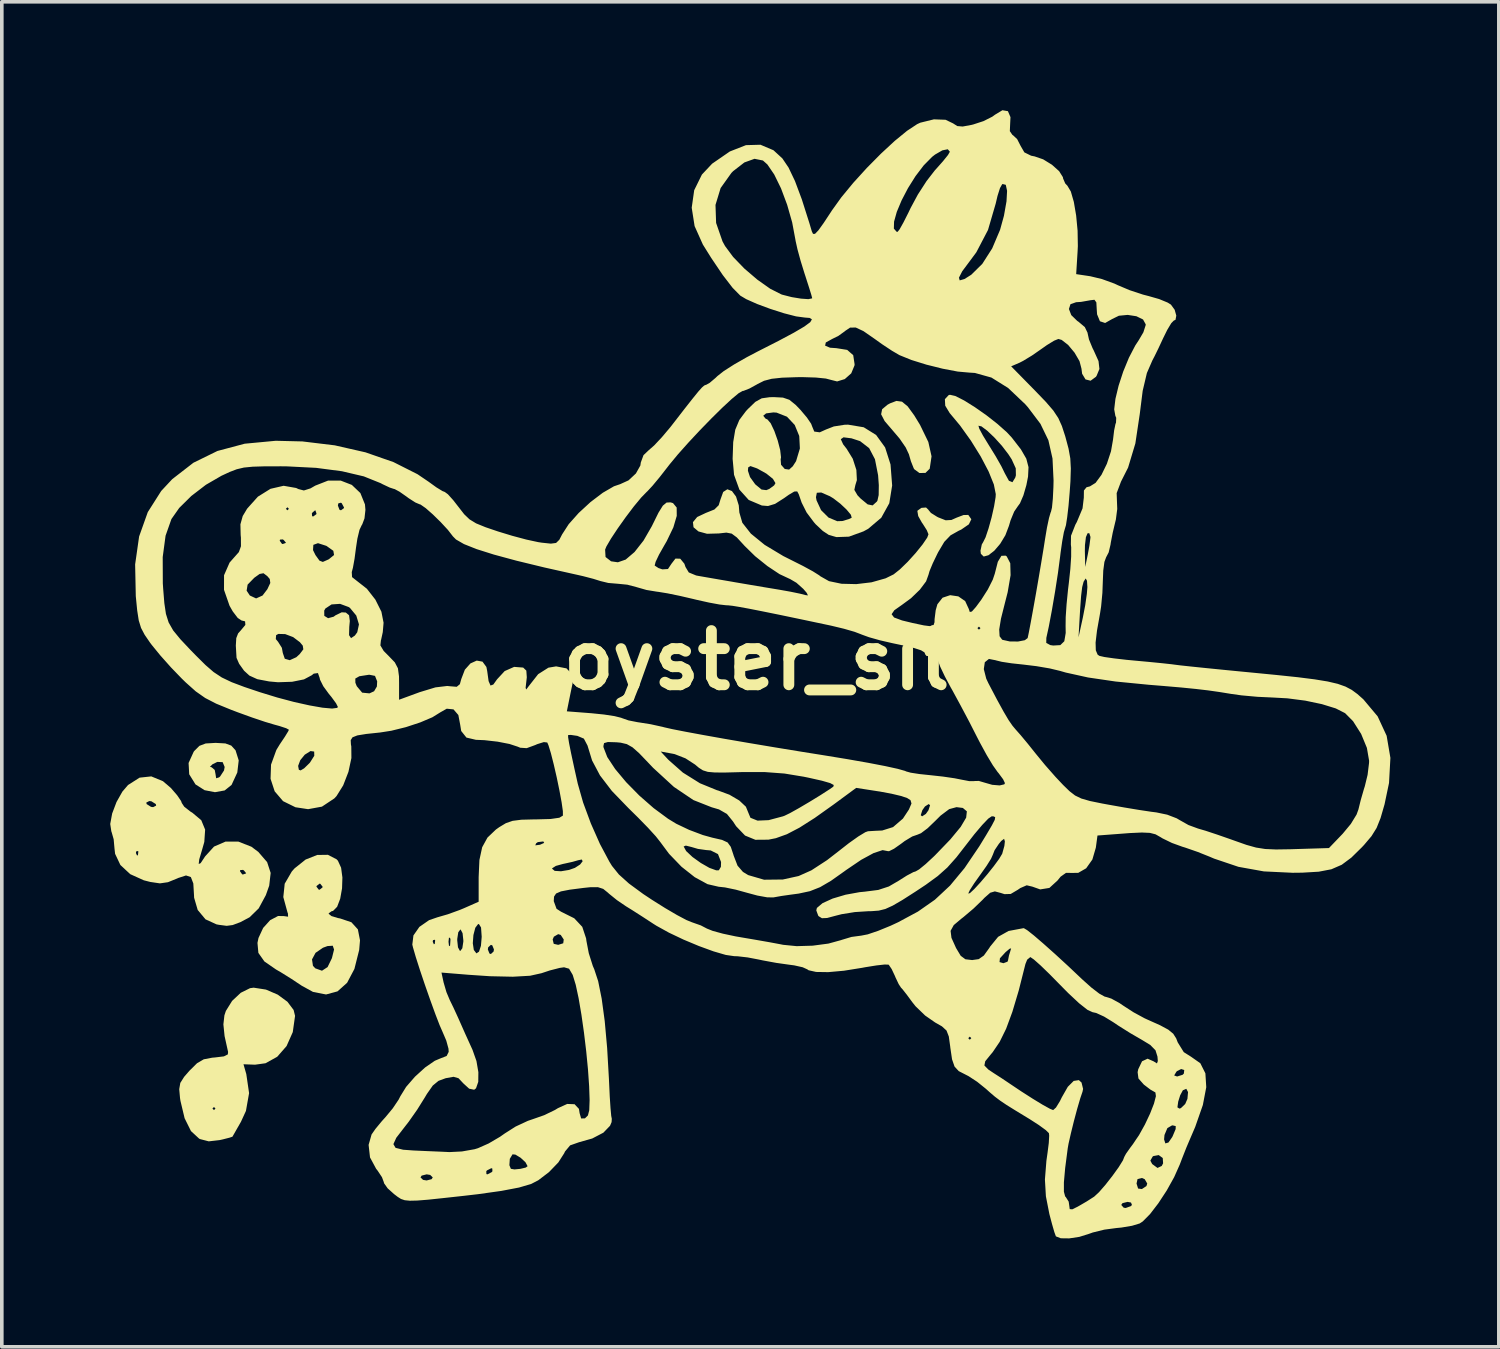
<source format=kicad_pcb>
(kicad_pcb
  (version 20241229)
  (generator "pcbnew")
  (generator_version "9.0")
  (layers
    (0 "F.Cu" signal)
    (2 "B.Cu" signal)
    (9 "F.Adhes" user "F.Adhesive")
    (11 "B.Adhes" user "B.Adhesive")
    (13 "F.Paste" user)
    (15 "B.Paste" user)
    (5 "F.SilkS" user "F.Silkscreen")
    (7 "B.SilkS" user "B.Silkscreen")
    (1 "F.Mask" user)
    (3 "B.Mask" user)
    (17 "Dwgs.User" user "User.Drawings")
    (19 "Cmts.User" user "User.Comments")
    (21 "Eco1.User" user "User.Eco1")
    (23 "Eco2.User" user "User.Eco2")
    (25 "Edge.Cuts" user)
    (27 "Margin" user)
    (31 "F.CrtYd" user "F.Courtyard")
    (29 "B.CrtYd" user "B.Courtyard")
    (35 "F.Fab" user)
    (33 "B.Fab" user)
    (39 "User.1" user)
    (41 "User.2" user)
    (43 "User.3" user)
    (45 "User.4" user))
  (footprint "oyster_silk"
    (layer "F.Cu")
    (at 18.491 15.219)
    (property "Reference" "oyster_silk" (at 0 0 0) (layer "F.SilkS") (effects (font (size 1.5 1.5) (thickness 0.3))))
    (attr board_only exclude_from_pos_files exclude_from_bom)
    (fp_poly (pts (xy 3.416 -7.155) (xy 3.572 -7.027) (xy 3.755 -6.776) (xy 3.916 -6.512) (xy 4.145 -6.04) (xy 4.234 -5.643) (xy 4.184 -5.305) (xy 4.182 -5.299) (xy 4.066 -5.184) (xy 3.899 -5.181) (xy 3.756 -5.286) (xy 3.74 -5.313) (xy 3.663 -5.507) (xy 3.607 -5.701) (xy 3.519 -5.888) (xy 3.349 -6.135) (xy 3.162 -6.355) (xy 2.936 -6.619) (xy 2.839 -6.806) (xy 2.867 -6.947) (xy 3.018 -7.072) (xy 3.086 -7.109) (xy 3.262 -7.176)) (stroke (width 0) (type solid)) (fill yes) (layer "F.SilkS"))
    (fp_poly (pts (xy -15.305 2.301) (xy -15.142 2.361) (xy -15.027 2.488) (xy -15.023 2.494) (xy -14.936 2.771) (xy -14.975 3.105) (xy -15.134 3.449) (xy -15.134 3.449) (xy -15.325 3.602) (xy -15.593 3.65) (xy -15.88 3.595) (xy -16.13 3.436) (xy -16.133 3.433) (xy -16.306 3.154) (xy -16.317 2.947) (xy -15.732 2.947) (xy -15.684 2.962) (xy -15.6 3.034) (xy -15.579 3.143) (xy -15.56 3.265) (xy -15.481 3.241) (xy -15.452 3.217) (xy -15.343 3.05) (xy -15.325 2.953) (xy -15.38 2.819) (xy -15.528 2.812) (xy -15.663 2.879) (xy -15.732 2.947) (xy -16.317 2.947) (xy -16.323 2.842) (xy -16.182 2.531) (xy -16.165 2.509) (xy -16.024 2.368) (xy -15.85 2.302) (xy -15.575 2.286) (xy -15.574 2.286)) (stroke (width 0) (type solid)) (fill yes) (layer "F.SilkS"))
    (fp_poly (pts (xy -14.182 9.112) (xy -13.858 9.251) (xy -13.589 9.448) (xy -13.417 9.676) (xy -13.377 9.839) (xy -13.44 10.288) (xy -13.612 10.675) (xy -13.871 10.971) (xy -14.194 11.15) (xy -14.484 11.19) (xy -14.804 11.178) (xy -14.726 11.451) (xy -14.649 11.977) (xy -14.736 12.469) (xy -14.874 12.77) (xy -15.001 12.992) (xy -15.087 13.143) (xy -15.109 13.182) (xy -15.189 13.209) (xy -15.377 13.257) (xy -15.462 13.276) (xy -15.765 13.311) (xy -16.004 13.249) (xy -16.031 13.236) (xy -16.257 13.027) (xy -16.433 12.672) (xy -16.497 12.404) (xy -15.663 12.404) (xy -15.621 12.446) (xy -15.579 12.404) (xy -15.621 12.361) (xy -15.663 12.404) (xy -16.497 12.404) (xy -16.548 12.19) (xy -16.56 12.113) (xy -16.582 11.867) (xy -16.552 11.694) (xy -16.446 11.526) (xy -16.302 11.36) (xy -16.09 11.15) (xy -15.903 11.041) (xy -15.668 10.996) (xy -15.594 10.99) (xy -15.346 10.96) (xy -15.237 10.905) (xy -15.23 10.837) (xy -15.327 10.399) (xy -15.36 10.075) (xy -15.332 9.825) (xy -15.291 9.702) (xy -15.119 9.425) (xy -14.879 9.2) (xy -14.623 9.073) (xy -14.522 9.059)) (stroke (width 0) (type solid)) (fill yes) (layer "F.SilkS"))
    (fp_poly (pts (xy 4.892 -7.312) (xy 5.133 -7.19) (xy 5.431 -7.004) (xy 5.751 -6.78) (xy 6.057 -6.54) (xy 6.316 -6.31) (xy 6.453 -6.163) (xy 6.707 -5.835) (xy 6.856 -5.578) (xy 6.917 -5.343) (xy 6.904 -5.081) (xy 6.858 -4.847) (xy 6.776 -4.564) (xy 6.681 -4.343) (xy 6.616 -4.254) (xy 6.52 -4.113) (xy 6.421 -3.873) (xy 6.376 -3.721) (xy 6.277 -3.46) (xy 6.133 -3.222) (xy 5.969 -3.03) (xy 5.808 -2.906) (xy 5.677 -2.87) (xy 5.599 -2.944) (xy 5.588 -3.031) (xy 5.625 -3.206) (xy 5.66 -3.264) (xy 5.728 -3.4) (xy 5.811 -3.648) (xy 5.895 -3.952) (xy 5.964 -4.258) (xy 6.006 -4.511) (xy 6.011 -4.597) (xy 5.958 -4.864) (xy 5.813 -5.223) (xy 5.595 -5.638) (xy 5.324 -6.075) (xy 5.027 -6.49) (xy 5.531 -6.49) (xy 5.555 -6.407) (xy 5.654 -6.222) (xy 5.806 -5.973) (xy 5.824 -5.944) (xy 6.008 -5.646) (xy 6.167 -5.366) (xy 6.262 -5.172) (xy 6.375 -4.966) (xy 6.472 -4.927) (xy 6.551 -5.056) (xy 6.568 -5.117) (xy 6.564 -5.312) (xy 6.451 -5.56) (xy 6.36 -5.7) (xy 6.179 -5.936) (xy 5.972 -6.164) (xy 5.773 -6.353) (xy 5.614 -6.472) (xy 5.531 -6.49) (xy 5.027 -6.49) (xy 5.02 -6.499) (xy 4.736 -6.84) (xy 4.613 -7.043) (xy 4.603 -7.224) (xy 4.707 -7.336) (xy 4.743 -7.346)) (stroke (width 0) (type solid)) (fill yes) (layer "F.SilkS"))
    (fp_poly (pts (xy -12.228 5.507) (xy -12.191 5.547) (xy -12.103 5.74) (xy -12.067 6.011) (xy -12.077 6.312) (xy -12.128 6.598) (xy -12.213 6.821) (xy -12.327 6.936) (xy -12.364 6.943) (xy -12.444 7) (xy -12.446 7.017) (xy -12.372 7.077) (xy -12.187 7.133) (xy -12.129 7.144) (xy -11.818 7.249) (xy -11.639 7.446) (xy -11.58 7.748) (xy -11.603 8.017) (xy -11.735 8.541) (xy -11.937 8.924) (xy -12.202 9.161) (xy -12.519 9.247) (xy -12.881 9.176) (xy -13.189 9.007) (xy -13.48 8.814) (xy -13.775 8.63) (xy -13.905 8.555) (xy -14.226 8.333) (xy -14.265 8.277) (xy -12.908 8.277) (xy -12.882 8.454) (xy -12.817 8.524) (xy -12.632 8.59) (xy -12.477 8.489) (xy -12.357 8.242) (xy -12.298 8.004) (xy -12.334 7.898) (xy -12.48 7.908) (xy -12.605 7.954) (xy -12.81 8.095) (xy -12.908 8.277) (xy -14.265 8.277) (xy -14.392 8.097) (xy -14.417 7.82) (xy -14.389 7.684) (xy -14.26 7.406) (xy -14.066 7.191) (xy -13.848 7.076) (xy -13.69 7.078) (xy -13.57 7.095) (xy -13.574 7.007) (xy -13.587 6.974) (xy -13.702 6.552) (xy -13.672 6.265) (xy -12.785 6.265) (xy -12.72 6.348) (xy -12.7 6.35) (xy -12.618 6.286) (xy -12.615 6.265) (xy -12.68 6.183) (xy -12.7 6.181) (xy -12.782 6.245) (xy -12.785 6.265) (xy -13.672 6.265) (xy -13.664 6.183) (xy -13.467 5.844) (xy -13.391 5.758) (xy -13.085 5.514) (xy -12.766 5.387) (xy -12.468 5.383)) (stroke (width 0) (type solid)) (fill yes) (layer "F.SilkS"))
    (fp_poly (pts (xy -17.032 3.346) (xy -16.812 3.535) (xy -16.64 3.734) (xy -16.531 3.894) (xy -16.511 3.95) (xy -16.444 4.051) (xy -16.277 4.183) (xy -16.216 4.221) (xy -15.972 4.426) (xy -15.865 4.686) (xy -15.888 5.026) (xy -15.945 5.228) (xy -16.028 5.508) (xy -16.043 5.637) (xy -15.99 5.614) (xy -15.872 5.436) (xy -15.866 5.427) (xy -15.619 5.155) (xy -15.3 5.017) (xy -14.944 5.018) (xy -14.585 5.159) (xy -14.394 5.302) (xy -14.15 5.585) (xy -14.052 5.884) (xy -14.092 6.235) (xy -14.185 6.498) (xy -14.383 6.865) (xy -14.635 7.111) (xy -14.889 7.246) (xy -15.103 7.326) (xy -15.269 7.348) (xy -15.483 7.32) (xy -15.551 7.307) (xy -15.855 7.168) (xy -16.071 6.909) (xy -16.17 6.57) (xy -16.173 6.502) (xy -16.192 6.176) (xy -16.26 5.999) (xy -16.394 5.954) (xy -16.61 6.024) (xy -16.635 6.036) (xy -16.894 6.141) (xy -17.117 6.173) (xy -17.381 6.134) (xy -17.562 6.088) (xy -17.936 5.919) (xy -18.025 5.837) (xy -14.901 5.837) (xy -14.84 5.923) (xy -14.817 5.927) (xy -14.734 5.898) (xy -14.732 5.889) (xy -14.791 5.817) (xy -14.817 5.8) (xy -14.895 5.806) (xy -14.901 5.837) (xy -18.025 5.837) (xy -18.21 5.665) (xy -18.356 5.356) (xy -18.359 5.334) (xy -17.78 5.334) (xy -17.749 5.404) (xy -17.724 5.39) (xy -17.713 5.29) (xy -17.724 5.278) (xy -17.774 5.289) (xy -17.78 5.334) (xy -18.359 5.334) (xy -18.373 5.208) (xy -18.396 4.953) (xy -18.454 4.749) (xy -18.46 4.737) (xy -18.491 4.53) (xy -18.438 4.241) (xy -18.323 3.937) (xy -17.493 3.937) (xy -17.484 3.979) (xy -17.362 4.056) (xy -17.304 4.064) (xy -17.221 4.022) (xy -17.23 3.979) (xy -17.352 3.902) (xy -17.409 3.895) (xy -17.493 3.937) (xy -18.323 3.937) (xy -18.319 3.925) (xy -18.154 3.633) (xy -17.999 3.452) (xy -17.679 3.248) (xy -17.355 3.213)) (stroke (width 0) (type solid)) (fill yes) (layer "F.SilkS"))
    (fp_poly (pts (xy 0.122 -7.268) (xy 0.3 -7.207) (xy 0.474 -7.066) (xy 0.606 -6.929) (xy 0.785 -6.717) (xy 0.903 -6.543) (xy 0.931 -6.468) (xy 0.989 -6.328) (xy 1.141 -6.307) (xy 1.313 -6.385) (xy 1.531 -6.47) (xy 1.826 -6.516) (xy 1.925 -6.519) (xy 2.357 -6.447) (xy 2.7 -6.234) (xy 2.949 -5.889) (xy 3.099 -5.418) (xy 3.144 -4.836) (xy 3.065 -4.345) (xy 2.843 -3.944) (xy 2.481 -3.637) (xy 2.35 -3.566) (xy 1.948 -3.42) (xy 1.602 -3.408) (xy 1.39 -3.469) (xy 1.225 -3.578) (xy 1.03 -3.761) (xy 0.978 -3.821) (xy 0.777 -4.089) (xy 0.64 -4.362) (xy 0.588 -4.512) (xy 1.036 -4.512) (xy 1.052 -4.424) (xy 1.177 -4.154) (xy 1.383 -3.949) (xy 1.624 -3.848) (xy 1.769 -3.853) (xy 1.945 -3.906) (xy 2.025 -3.944) (xy 2.002 -4.026) (xy 1.883 -4.169) (xy 1.709 -4.333) (xy 1.519 -4.479) (xy 1.422 -4.538) (xy 1.183 -4.642) (xy 1.06 -4.635) (xy 1.036 -4.512) (xy 0.588 -4.512) (xy 0.559 -4.595) (xy 0.517 -4.672) (xy 0.437 -4.669) (xy 0.282 -4.577) (xy 0.154 -4.486) (xy -0.096 -4.327) (xy -0.291 -4.268) (xy -0.461 -4.282) (xy -0.825 -4.436) (xy -1.082 -4.721) (xy -1.231 -5.132) (xy -1.24 -5.244) (xy -0.847 -5.244) (xy -0.789 -5.069) (xy -0.65 -4.876) (xy -0.636 -4.861) (xy -0.47 -4.724) (xy -0.337 -4.707) (xy -0.255 -4.741) (xy -0.121 -4.839) (xy -0.085 -4.901) (xy -0.155 -5.02) (xy -0.336 -5.165) (xy -0.579 -5.301) (xy -0.614 -5.316) (xy -0.777 -5.373) (xy -0.839 -5.337) (xy -0.847 -5.244) (xy -1.24 -5.244) (xy -1.27 -5.573) (xy -1.254 -6.036) (xy -1.197 -6.379) (xy -1.084 -6.649) (xy -0.997 -6.766) (xy -0.423 -6.766) (xy -0.36 -6.687) (xy -0.306 -6.662) (xy -0.217 -6.558) (xy -0.116 -6.345) (xy -0.022 -6.079) (xy 0.046 -5.817) (xy 0.069 -5.615) (xy 0.059 -5.56) (xy 0.07 -5.409) (xy 0.173 -5.293) (xy 0.293 -5.276) (xy 0.394 -5.367) (xy 0.486 -5.51) (xy 0.591 -5.86) (xy 0.578 -6.117) (xy 1.723 -6.117) (xy 1.788 -5.975) (xy 1.884 -5.852) (xy 2.054 -5.576) (xy 2.154 -5.266) (xy 2.168 -4.984) (xy 2.126 -4.847) (xy 2.098 -4.714) (xy 2.185 -4.565) (xy 2.27 -4.476) (xy 2.467 -4.313) (xy 2.604 -4.285) (xy 2.719 -4.389) (xy 2.736 -4.414) (xy 2.771 -4.57) (xy 2.775 -4.845) (xy 2.755 -5.119) (xy 2.668 -5.563) (xy 2.507 -5.87) (xy 2.257 -6.063) (xy 2.019 -6.141) (xy 1.799 -6.169) (xy 1.723 -6.117) (xy 0.578 -6.117) (xy 0.573 -6.206) (xy 0.448 -6.511) (xy 0.234 -6.739) (xy -0.053 -6.852) (xy -0.143 -6.858) (xy -0.344 -6.831) (xy -0.423 -6.766) (xy -0.997 -6.766) (xy -0.9 -6.895) (xy -0.847 -6.952) (xy -0.641 -7.15) (xy -0.465 -7.248) (xy -0.244 -7.279) (xy -0.127 -7.281)) (stroke (width 0) (type solid)) (fill yes) (layer "F.SilkS"))
    (fp_poly (pts (xy 6.347 -15.193) (xy 6.418 -15.028) (xy 6.41 -14.864) (xy 6.4 -14.64) (xy 6.473 -14.534) (xy 6.487 -14.528) (xy 6.603 -14.419) (xy 6.697 -14.235) (xy 6.802 -14.053) (xy 6.989 -13.961) (xy 7.088 -13.941) (xy 7.323 -13.86) (xy 7.565 -13.711) (xy 7.764 -13.533) (xy 7.868 -13.367) (xy 7.874 -13.33) (xy 7.933 -13.193) (xy 7.992 -13.131) (xy 8.088 -12.97) (xy 8.171 -12.682) (xy 8.235 -12.306) (xy 8.275 -11.886) (xy 8.282 -11.461) (xy 8.275 -11.315) (xy 8.236 -10.684) (xy 8.624 -10.626) (xy 8.948 -10.548) (xy 9.292 -10.423) (xy 9.395 -10.375) (xy 9.715 -10.24) (xy 10.084 -10.118) (xy 10.245 -10.076) (xy 10.532 -9.994) (xy 10.767 -9.897) (xy 10.858 -9.84) (xy 10.961 -9.698) (xy 11.006 -9.536) (xy 10.984 -9.42) (xy 10.936 -9.398) (xy 10.867 -9.327) (xy 10.756 -9.142) (xy 10.642 -8.911) (xy 10.513 -8.634) (xy 10.402 -8.407) (xy 10.344 -8.297) (xy 10.192 -7.947) (xy 10.076 -7.456) (xy 9.995 -6.812) (xy 9.873 -5.998) (xy 9.672 -5.331) (xy 9.476 -4.943) (xy 9.356 -4.625) (xy 9.363 -4.429) (xy 9.372 -4.186) (xy 9.334 -3.893) (xy 9.316 -3.82) (xy 9.246 -3.526) (xy 9.193 -3.25) (xy 9.186 -3.2) (xy 9.135 -2.985) (xy 9.064 -2.849) (xy 9.017 -2.722) (xy 8.985 -2.482) (xy 8.975 -2.231) (xy 8.961 -1.863) (xy 8.926 -1.49) (xy 8.896 -1.295) (xy 8.812 -0.822) (xy 8.773 -0.49) (xy 8.779 -0.275) (xy 8.829 -0.156) (xy 8.878 -0.122) (xy 9.018 -0.09) (xy 9.284 -0.052) (xy 9.631 -0.012) (xy 9.864 0.01) (xy 10.255 0.046) (xy 10.609 0.081) (xy 10.874 0.11) (xy 10.964 0.122) (xy 11.123 0.142) (xy 11.421 0.174) (xy 11.829 0.216) (xy 12.319 0.265) (xy 12.862 0.318) (xy 13.039 0.335) (xy 13.777 0.407) (xy 14.369 0.469) (xy 14.834 0.528) (xy 15.195 0.587) (xy 15.472 0.652) (xy 15.687 0.728) (xy 15.861 0.82) (xy 16.016 0.934) (xy 16.173 1.073) (xy 16.183 1.082) (xy 16.577 1.552) (xy 16.826 2.089) (xy 16.93 2.701) (xy 16.892 3.395) (xy 16.768 3.986) (xy 16.658 4.366) (xy 16.548 4.64) (xy 16.406 4.868) (xy 16.201 5.11) (xy 16.14 5.175) (xy 15.85 5.46) (xy 15.584 5.658) (xy 15.297 5.783) (xy 14.948 5.85) (xy 14.493 5.877) (xy 14.226 5.88) (xy 13.43 5.842) (xy 12.725 5.715) (xy 12.052 5.488) (xy 11.923 5.433) (xy 11.595 5.302) (xy 11.246 5.181) (xy 11.176 5.16) (xy 10.886 5.055) (xy 10.627 4.929) (xy 10.566 4.892) (xy 10.432 4.816) (xy 10.276 4.776) (xy 10.054 4.766) (xy 9.723 4.781) (xy 9.58 4.792) (xy 8.825 4.849) (xy 8.78 5.184) (xy 8.684 5.513) (xy 8.512 5.756) (xy 8.293 5.882) (xy 8.129 5.884) (xy 7.954 5.882) (xy 7.805 5.988) (xy 7.72 6.093) (xy 7.495 6.299) (xy 7.24 6.34) (xy 7.022 6.263) (xy 6.867 6.226) (xy 6.69 6.303) (xy 6.62 6.351) (xy 6.425 6.466) (xy 6.252 6.471) (xy 6.146 6.437) (xy 5.986 6.395) (xy 5.858 6.432) (xy 5.7 6.571) (xy 5.643 6.631) (xy 5.394 6.871) (xy 5.115 7.107) (xy 5.059 7.15) (xy 4.849 7.327) (xy 4.761 7.486) (xy 4.785 7.68) (xy 4.912 7.962) (xy 5.041 8.177) (xy 5.17 8.273) (xy 5.357 8.295) (xy 5.54 8.269) (xy 5.681 8.17) (xy 5.832 7.96) (xy 5.853 7.925) (xy 6.076 7.652) (xy 6.365 7.49) (xy 6.766 7.415) (xy 6.788 7.413) (xy 6.878 7.466) (xy 7.068 7.616) (xy 7.335 7.846) (xy 7.658 8.134) (xy 8.014 8.461) (xy 8.381 8.808) (xy 8.4 8.826) (xy 8.652 9.052) (xy 8.874 9.223) (xy 9.028 9.308) (xy 9.055 9.313) (xy 9.208 9.361) (xy 9.428 9.481) (xy 9.537 9.555) (xy 9.823 9.74) (xy 10.127 9.905) (xy 10.205 9.941) (xy 10.556 10.098) (xy 10.783 10.22) (xy 10.921 10.333) (xy 11.003 10.462) (xy 11.045 10.571) (xy 11.213 10.843) (xy 11.413 10.969) (xy 11.671 11.15) (xy 11.811 11.429) (xy 11.835 11.813) (xy 11.741 12.305) (xy 11.529 12.912) (xy 11.384 13.25) (xy 11.287 13.478) (xy 11.168 13.779) (xy 11.102 13.953) (xy 10.947 14.301) (xy 10.741 14.671) (xy 10.509 15.025) (xy 10.28 15.323) (xy 10.078 15.527) (xy 9.993 15.583) (xy 9.781 15.647) (xy 9.489 15.696) (xy 9.345 15.71) (xy 9.015 15.754) (xy 8.695 15.833) (xy 8.594 15.869) (xy 8.323 15.954) (xy 8.043 15.996) (xy 7.81 15.993) (xy 7.677 15.941) (xy 7.673 15.935) (xy 7.632 15.823) (xy 7.567 15.597) (xy 7.494 15.321) (xy 7.398 14.832) (xy 7.371 14.367) (xy 7.412 13.85) (xy 7.444 13.624) (xy 7.478 13.355) (xy 7.489 13.152) (xy 7.481 13.084) (xy 7.395 13) (xy 7.203 12.86) (xy 6.944 12.693) (xy 6.919 12.678) (xy 6.559 12.459) (xy 6.308 12.303) (xy 6.13 12.183) (xy 5.987 12.075) (xy 5.844 11.953) (xy 5.736 11.856) (xy 5.495 11.662) (xy 5.258 11.507) (xy 5.17 11.462) (xy 4.985 11.367) (xy 4.87 11.241) (xy 4.86 11.212) (xy 5.696 11.212) (xy 5.804 11.323) (xy 5.948 11.419) (xy 6.179 11.568) (xy 6.376 11.7) (xy 6.392 11.711) (xy 6.716 11.928) (xy 7.033 12.131) (xy 7.309 12.299) (xy 7.51 12.41) (xy 7.599 12.446) (xy 7.677 12.376) (xy 7.786 12.199) (xy 7.838 12.093) (xy 8.004 11.802) (xy 8.167 11.639) (xy 8.31 11.617) (xy 8.384 11.684) (xy 8.427 11.86) (xy 8.411 11.938) (xy 8.349 12.12) (xy 8.264 12.411) (xy 8.172 12.755) (xy 8.088 13.096) (xy 8.024 13.378) (xy 8.002 13.504) (xy 7.931 14.051) (xy 7.896 14.446) (xy 7.896 14.703) (xy 7.93 14.834) (xy 7.948 14.852) (xy 8.028 14.978) (xy 8.043 15.078) (xy 8.057 15.186) (xy 8.128 15.192) (xy 8.276 15.119) (xy 8.36 15.071) (xy 9.483 15.071) (xy 9.551 15.147) (xy 9.605 15.155) (xy 9.749 15.104) (xy 9.779 15.071) (xy 9.753 15.004) (xy 9.657 14.986) (xy 9.517 15.021) (xy 9.483 15.071) (xy 8.36 15.071) (xy 8.528 14.973) (xy 8.734 14.841) (xy 8.867 14.718) (xy 9.046 14.513) (xy 9.073 14.478) (xy 9.906 14.478) (xy 9.949 14.617) (xy 10.054 14.631) (xy 10.18 14.548) (xy 10.202 14.478) (xy 10.132 14.358) (xy 10.054 14.325) (xy 9.934 14.354) (xy 9.906 14.478) (xy 9.073 14.478) (xy 9.237 14.269) (xy 9.41 14.029) (xy 9.525 13.844) (xy 10.288 13.844) (xy 10.339 13.939) (xy 10.486 14.047) (xy 10.603 13.992) (xy 10.641 13.919) (xy 10.631 13.772) (xy 10.52 13.691) (xy 10.372 13.718) (xy 10.352 13.732) (xy 10.288 13.844) (xy 9.525 13.844) (xy 9.53 13.836) (xy 9.567 13.741) (xy 9.614 13.654) (xy 9.734 13.484) (xy 9.805 13.39) (xy 9.894 13.257) (xy 10.668 13.257) (xy 10.703 13.368) (xy 10.789 13.343) (xy 10.893 13.193) (xy 10.908 13.162) (xy 10.988 12.972) (xy 10.99 12.889) (xy 10.911 12.87) (xy 10.889 12.869) (xy 10.759 12.945) (xy 10.679 13.135) (xy 10.668 13.257) (xy 9.894 13.257) (xy 9.974 13.14) (xy 10.138 12.845) (xy 10.281 12.542) (xy 10.348 12.37) (xy 11.037 12.37) (xy 11.091 12.405) (xy 11.133 12.392) (xy 11.252 12.278) (xy 11.314 12.136) (xy 11.331 11.948) (xy 11.283 11.857) (xy 11.189 11.898) (xy 11.186 11.901) (xy 11.113 12.038) (xy 11.059 12.211) (xy 11.037 12.37) (xy 10.348 12.37) (xy 10.388 12.268) (xy 10.442 12.061) (xy 10.428 11.958) (xy 10.421 11.954) (xy 10.288 11.878) (xy 10.11 11.742) (xy 10.105 11.737) (xy 9.959 11.572) (xy 9.948 11.488) (xy 10.947 11.488) (xy 11.024 11.515) (xy 11.034 11.515) (xy 11.18 11.47) (xy 11.215 11.436) (xy 11.226 11.337) (xy 11.141 11.31) (xy 11.025 11.368) (xy 11.006 11.389) (xy 10.947 11.488) (xy 9.948 11.488) (xy 9.936 11.397) (xy 9.953 11.316) (xy 10.058 11.096) (xy 10.212 11.024) (xy 10.38 11.098) (xy 10.471 11.155) (xy 10.495 11.089) (xy 10.485 10.965) (xy 10.43 10.791) (xy 10.286 10.644) (xy 10.056 10.504) (xy 9.738 10.32) (xy 9.396 10.105) (xy 9.258 10.012) (xy 9.008 9.859) (xy 8.789 9.759) (xy 8.688 9.737) (xy 8.549 9.673) (xy 8.319 9.492) (xy 8.014 9.207) (xy 7.785 8.975) (xy 7.499 8.684) (xy 7.251 8.444) (xy 7.066 8.28) (xy 6.969 8.213) (xy 6.966 8.213) (xy 6.88 8.284) (xy 6.832 8.403) (xy 6.646 9.139) (xy 6.47 9.728) (xy 6.298 10.194) (xy 6.119 10.558) (xy 5.926 10.843) (xy 5.863 10.918) (xy 5.719 11.096) (xy 5.696 11.212) (xy 4.86 11.212) (xy 4.801 11.041) (xy 4.754 10.721) (xy 4.75 10.684) (xy 4.718 10.456) (xy 5.249 10.456) (xy 5.292 10.499) (xy 5.334 10.456) (xy 5.292 10.414) (xy 5.249 10.456) (xy 4.718 10.456) (xy 4.712 10.41) (xy 4.648 10.245) (xy 4.521 10.129) (xy 4.333 10.022) (xy 4.057 9.83) (xy 3.791 9.573) (xy 3.705 9.465) (xy 3.548 9.252) (xy 3.429 9.101) (xy 3.389 9.059) (xy 3.324 8.959) (xy 3.234 8.769) (xy 3.223 8.74) (xy 3.13 8.543) (xy 3.052 8.428) (xy 3.045 8.422) (xy 2.936 8.418) (xy 2.706 8.444) (xy 2.399 8.493) (xy 2.315 8.509) (xy 1.81 8.59) (xy 1.376 8.629) (xy 1.041 8.624) (xy 0.832 8.577) (xy 0.796 8.552) (xy 0.668 8.494) (xy 0.435 8.442) (xy 0.292 8.423) (xy -0.063 8.373) (xy -0.182 8.351) (xy 6.115 8.351) (xy 6.223 8.382) (xy 6.336 8.34) (xy 6.35 8.304) (xy 6.377 8.165) (xy 6.407 8.071) (xy 6.436 7.971) (xy 6.392 7.983) (xy 6.28 8.078) (xy 6.126 8.246) (xy 6.115 8.351) (xy -0.182 8.351) (xy -0.442 8.303) (xy -0.55 8.28) (xy -0.854 8.222) (xy -1.133 8.19) (xy -1.228 8.187) (xy -1.46 8.153) (xy -1.799 8.054) (xy -2.202 7.907) (xy -2.628 7.729) (xy -3.034 7.536) (xy -3.379 7.345) (xy -3.466 7.29) (xy -3.763 7.096) (xy -4.052 6.911) (xy -4.219 6.808) (xy -4.47 6.637) (xy -4.694 6.456) (xy -4.714 6.436) (xy -4.85 6.326) (xy -4.998 6.278) (xy -5.216 6.28) (xy -5.397 6.299) (xy -5.778 6.348) (xy -6.02 6.395) (xy -6.155 6.454) (xy -6.211 6.539) (xy -6.219 6.662) (xy -6.219 6.665) (xy -6.142 6.876) (xy -6.017 6.957) (xy -5.652 7.139) (xy -5.43 7.376) (xy -5.324 7.696) (xy -5.315 7.766) (xy -5.25 8.106) (xy -5.138 8.459) (xy -5.098 8.551) (xy -4.99 8.88) (xy -4.893 9.363) (xy -4.809 9.983) (xy -4.742 10.727) (xy -4.693 11.577) (xy -4.688 11.681) (xy -4.67 12.068) (xy -4.649 12.388) (xy -4.629 12.606) (xy -4.613 12.687) (xy -4.619 12.779) (xy -4.662 12.88) (xy -4.846 13.071) (xy -5.154 13.232) (xy -5.521 13.336) (xy -5.766 13.422) (xy -5.908 13.592) (xy -5.93 13.64) (xy -6.093 13.895) (xy -6.352 14.163) (xy -6.647 14.388) (xy -6.846 14.491) (xy -7.18 14.589) (xy -7.668 14.682) (xy -8.315 14.773) (xy -8.721 14.82) (xy -9.279 14.881) (xy -9.694 14.925) (xy -9.993 14.949) (xy -10.2 14.954) (xy -10.343 14.94) (xy -10.446 14.905) (xy -10.536 14.848) (xy -10.637 14.771) (xy -10.815 14.611) (xy -10.914 14.471) (xy -10.922 14.438) (xy -10.97 14.309) (xy -9.906 14.309) (xy -9.835 14.377) (xy -9.737 14.393) (xy -9.599 14.358) (xy -9.567 14.309) (xy -9.638 14.24) (xy -9.737 14.224) (xy -9.874 14.259) (xy -9.906 14.309) (xy -10.97 14.309) (xy -10.973 14.302) (xy -11.081 14.139) (xy -8.086 14.139) (xy -8.082 14.217) (xy -8.053 14.224) (xy -7.934 14.162) (xy -7.916 14.139) (xy -7.92 14.061) (xy -7.949 14.055) (xy -8.068 14.116) (xy -8.086 14.139) (xy -11.081 14.139) (xy -11.1 14.112) (xy -11.134 14.07) (xy -11.187 13.971) (xy -7.447 13.971) (xy -7.406 14.071) (xy -7.307 14.088) (xy -7.142 14.072) (xy -6.993 14.036) (xy -6.943 13.999) (xy -7.002 13.889) (xy -7.136 13.765) (xy -7.28 13.678) (xy -7.36 13.67) (xy -7.435 13.795) (xy -7.447 13.971) (xy -11.187 13.971) (xy -11.303 13.756) (xy -11.342 13.409) (xy -11.336 13.388) (xy -10.656 13.388) (xy -10.596 13.491) (xy -10.387 13.543) (xy -10.097 13.564) (xy -9.72 13.581) (xy -9.338 13.597) (xy -9.105 13.608) (xy -8.761 13.591) (xy -8.41 13.529) (xy -8.315 13.5) (xy -8.022 13.37) (xy -7.705 13.184) (xy -7.574 13.092) (xy -7.273 12.901) (xy -6.936 12.744) (xy -6.798 12.697) (xy -6.484 12.587) (xy -6.186 12.443) (xy -6.104 12.393) (xy -5.847 12.276) (xy -5.643 12.284) (xy -5.523 12.412) (xy -5.503 12.534) (xy -5.461 12.678) (xy -5.356 12.675) (xy -5.274 12.594) (xy -5.237 12.45) (xy -5.227 12.169) (xy -5.24 11.784) (xy -5.272 11.323) (xy -5.321 10.819) (xy -5.383 10.302) (xy -5.454 9.803) (xy -5.531 9.352) (xy -5.611 8.98) (xy -5.691 8.718) (xy -5.699 8.698) (xy -5.796 8.534) (xy -5.934 8.495) (xy -6.054 8.512) (xy -6.33 8.583) (xy -6.559 8.659) (xy -6.874 8.729) (xy -7.351 8.756) (xy -7.987 8.742) (xy -8.579 8.702) (xy -9.326 8.641) (xy -9.267 8.914) (xy -9.189 9.181) (xy -9.098 9.398) (xy -8.998 9.603) (xy -8.871 9.879) (xy -8.812 10.012) (xy -8.667 10.339) (xy -8.513 10.678) (xy -8.467 10.779) (xy -8.358 11.088) (xy -8.305 11.398) (xy -8.308 11.665) (xy -8.37 11.843) (xy -8.421 11.883) (xy -8.56 11.854) (xy -8.72 11.708) (xy -8.854 11.565) (xy -8.992 11.525) (xy -9.209 11.564) (xy -9.408 11.637) (xy -9.566 11.767) (xy -9.728 11.998) (xy -9.793 12.107) (xy -9.998 12.435) (xy -10.232 12.768) (xy -10.365 12.939) (xy -10.576 13.212) (xy -10.656 13.388) (xy -11.336 13.388) (xy -11.26 13.121) (xy -11.153 12.967) (xy -10.977 12.754) (xy -10.874 12.64) (xy -10.674 12.398) (xy -10.511 12.156) (xy -10.465 12.065) (xy -10.304 11.804) (xy -10.06 11.523) (xy -9.78 11.268) (xy -9.511 11.082) (xy -9.367 11.021) (xy -9.183 10.949) (xy -9.126 10.835) (xy -9.132 10.746) (xy -9.193 10.523) (xy -9.294 10.287) (xy -9.377 10.097) (xy -9.496 9.788) (xy -9.636 9.402) (xy -9.783 8.983) (xy -9.921 8.573) (xy -10.036 8.214) (xy -10.113 7.949) (xy -10.133 7.866) (xy -10.123 7.789) (xy -9.567 7.789) (xy -9.536 7.859) (xy -9.511 7.846) (xy -9.505 7.789) (xy -9.131 7.789) (xy -9.117 7.91) (xy -9.088 7.895) (xy -9.078 7.747) (xy -8.89 7.747) (xy -8.869 7.943) (xy -8.816 8.041) (xy -8.805 8.043) (xy -8.749 7.969) (xy -8.728 7.83) (xy -8.459 7.83) (xy -8.431 8.015) (xy -8.359 8.11) (xy -8.288 8.063) (xy -8.267 8.001) (xy -8.043 8.001) (xy -7.998 8.114) (xy -7.959 8.128) (xy -7.884 8.059) (xy -7.874 8.001) (xy -7.92 7.888) (xy -7.959 7.874) (xy -8.034 7.943) (xy -8.043 8.001) (xy -8.267 8.001) (xy -8.234 7.901) (xy -8.219 7.726) (xy -6.249 7.726) (xy -6.22 7.846) (xy -6.096 7.874) (xy -5.957 7.831) (xy -5.943 7.726) (xy -6.026 7.6) (xy -6.096 7.578) (xy -6.216 7.648) (xy -6.249 7.726) (xy -8.219 7.726) (xy -8.213 7.65) (xy -8.231 7.394) (xy -8.289 7.299) (xy -8.314 7.301) (xy -8.39 7.402) (xy -8.442 7.602) (xy -8.459 7.83) (xy -8.728 7.83) (xy -8.721 7.786) (xy -8.721 7.747) (xy -8.742 7.551) (xy -8.794 7.453) (xy -8.805 7.451) (xy -8.861 7.525) (xy -8.889 7.708) (xy -8.89 7.747) (xy -9.078 7.747) (xy -9.077 7.722) (xy -9.088 7.684) (xy -9.119 7.673) (xy -9.131 7.789) (xy -9.505 7.789) (xy -9.501 7.745) (xy -9.511 7.733) (xy -9.561 7.745) (xy -9.567 7.789) (xy -10.123 7.789) (xy -10.102 7.614) (xy -9.937 7.377) (xy -9.669 7.191) (xy -9.439 7.112) (xy -9.149 7.028) (xy -8.818 6.908) (xy -8.698 6.858) (xy -8.297 6.681) (xy -8.297 6.003) (xy -8.287 5.767) (xy -6.265 5.767) (xy -6.194 5.827) (xy -6.019 5.838) (xy -5.796 5.801) (xy -5.634 5.744) (xy -5.49 5.651) (xy -5.42 5.561) (xy -5.443 5.513) (xy -5.54 5.532) (xy -5.702 5.578) (xy -5.937 5.63) (xy -5.963 5.635) (xy -6.161 5.69) (xy -6.262 5.755) (xy -6.265 5.767) (xy -8.287 5.767) (xy -8.276 5.526) (xy -8.2 5.174) (xy -8.171 5.121) (xy -6.73 5.121) (xy -6.606 5.105) (xy -6.597 5.103) (xy -6.484 5.053) (xy -6.508 5.013) (xy -6.661 5.032) (xy -6.708 5.066) (xy -6.73 5.121) (xy -8.171 5.121) (xy -8.053 4.906) (xy -7.819 4.683) (xy -7.726 4.617) (xy -7.543 4.507) (xy -7.358 4.443) (xy -7.116 4.412) (xy -6.766 4.403) (xy -6.709 4.403) (xy -6.308 4.392) (xy -6.064 4.357) (xy -5.966 4.298) (xy -5.966 4.297) (xy -5.967 4.173) (xy -6.002 3.928) (xy -6.062 3.603) (xy -6.137 3.24) (xy -6.219 2.883) (xy -6.298 2.572) (xy -6.366 2.35) (xy -6.399 2.275) (xy -6.494 2.264) (xy -6.677 2.321) (xy -6.733 2.346) (xy -6.968 2.432) (xy -7.147 2.42) (xy -7.216 2.391) (xy -7.444 2.316) (xy -7.773 2.252) (xy -8.135 2.211) (xy -8.373 2.201) (xy -8.636 2.139) (xy -8.645 2.127) (xy -5.822 2.127) (xy -5.796 2.289) (xy -5.74 2.57) (xy -5.65 2.987) (xy -5.555 3.414) (xy -5.407 3.935) (xy -5.193 4.514) (xy -4.941 5.083) (xy -4.68 5.573) (xy -4.608 5.69) (xy -4.418 5.926) (xy -4.139 6.177) (xy -3.744 6.467) (xy -3.498 6.63) (xy -3.14 6.855) (xy -2.811 7.048) (xy -2.549 7.187) (xy -2.397 7.249) (xy -2.15 7.336) (xy -1.979 7.425) (xy -1.818 7.489) (xy -1.538 7.565) (xy -1.186 7.64) (xy -1.005 7.671) (xy -0.612 7.738) (xy -0.241 7.803) (xy 0.047 7.857) (xy 0.127 7.873) (xy 0.501 7.91) (xy 0.945 7.897) (xy 1.381 7.839) (xy 1.731 7.743) (xy 1.746 7.737) (xy 2.019 7.655) (xy 2.281 7.62) (xy 2.283 7.62) (xy 2.468 7.584) (xy 2.757 7.486) (xy 3.102 7.345) (xy 3.31 7.248) (xy 3.857 6.954) (xy 4.326 6.626) (xy 4.51 6.455) (xy 5.249 6.455) (xy 5.296 6.443) (xy 5.418 6.329) (xy 5.587 6.145) (xy 5.776 5.923) (xy 5.957 5.696) (xy 6.103 5.497) (xy 6.187 5.357) (xy 6.19 5.35) (xy 6.249 5.137) (xy 6.263 5.011) (xy 6.241 4.94) (xy 6.162 5) (xy 6.096 5.08) (xy 5.979 5.255) (xy 5.929 5.382) (xy 5.929 5.382) (xy 5.88 5.492) (xy 5.755 5.691) (xy 5.588 5.927) (xy 5.416 6.168) (xy 5.294 6.358) (xy 5.249 6.455) (xy 4.51 6.455) (xy 4.746 6.234) (xy 5.146 5.752) (xy 5.555 5.148) (xy 5.742 4.842) (xy 5.902 4.571) (xy 5.983 4.415) (xy 5.995 4.341) (xy 5.947 4.319) (xy 5.897 4.318) (xy 5.803 4.382) (xy 5.636 4.557) (xy 5.419 4.813) (xy 5.206 5.087) (xy 4.92 5.455) (xy 4.67 5.735) (xy 4.405 5.971) (xy 4.076 6.211) (xy 3.793 6.399) (xy 3.426 6.634) (xy 3.159 6.789) (xy 2.955 6.882) (xy 2.773 6.927) (xy 2.574 6.942) (xy 2.473 6.944) (xy 2.113 6.967) (xy 1.746 7.026) (xy 1.593 7.065) (xy 1.344 7.131) (xy 1.201 7.137) (xy 1.113 7.083) (xy 1.099 7.068) (xy 1.045 6.92) (xy 1.062 6.852) (xy 1.219 6.72) (xy 1.498 6.593) (xy 1.855 6.487) (xy 2.244 6.416) (xy 2.38 6.403) (xy 2.759 6.355) (xy 3.052 6.259) (xy 3.322 6.102) (xy 3.551 5.957) (xy 3.729 5.863) (xy 3.794 5.842) (xy 3.891 5.786) (xy 4.071 5.639) (xy 4.296 5.43) (xy 4.332 5.395) (xy 4.754 4.957) (xy 5.04 4.611) (xy 5.192 4.354) (xy 5.211 4.18) (xy 5.1 4.086) (xy 4.925 4.064) (xy 4.722 4.119) (xy 4.484 4.298) (xy 4.336 4.445) (xy 4.126 4.647) (xy 3.942 4.785) (xy 3.843 4.826) (xy 3.699 4.876) (xy 3.491 5.002) (xy 3.39 5.078) (xy 3.195 5.215) (xy 3.058 5.283) (xy 3.024 5.281) (xy 2.88 5.253) (xy 2.629 5.336) (xy 2.288 5.521) (xy 1.872 5.803) (xy 1.824 5.838) (xy 1.45 6.103) (xy 1.15 6.278) (xy 0.869 6.389) (xy 0.556 6.456) (xy 0.339 6.485) (xy 0.079 6.522) (xy -0.138 6.561) (xy -0.141 6.562) (xy -0.315 6.559) (xy -0.586 6.51) (xy -0.861 6.436) (xy -1.183 6.347) (xy -1.481 6.285) (xy -1.658 6.266) (xy -1.964 6.195) (xy -2.318 6.002) (xy -2.684 5.713) (xy -3.029 5.355) (xy -3.18 5.152) (xy -2.625 5.152) (xy -2.556 5.279) (xy -2.381 5.443) (xy -2.151 5.608) (xy -1.915 5.743) (xy -1.722 5.813) (xy -1.651 5.811) (xy -1.594 5.715) (xy -1.59 5.582) (xy -1.675 5.363) (xy -1.876 5.262) (xy -2.005 5.251) (xy -2.23 5.219) (xy -2.407 5.167) (xy -2.564 5.128) (xy -2.625 5.152) (xy -3.18 5.152) (xy -3.272 5.028) (xy -3.395 4.872) (xy -3.611 4.635) (xy -3.888 4.351) (xy -4.153 4.09) (xy -4.612 3.615) (xy -4.94 3.186) (xy -5.159 2.772) (xy -5.28 2.376) (xy -4.846 2.376) (xy -4.841 2.413) (xy -4.738 2.679) (xy -4.52 3.009) (xy -4.216 3.373) (xy -3.852 3.743) (xy -3.456 4.09) (xy -3.055 4.386) (xy -2.828 4.524) (xy -2.475 4.692) (xy -2.093 4.836) (xy -1.834 4.908) (xy -1.563 4.97) (xy -1.409 5.041) (xy -1.321 5.162) (xy -1.25 5.375) (xy -1.242 5.403) (xy -1.134 5.683) (xy -0.984 5.856) (xy -0.839 5.944) (xy -0.4 6.072) (xy 0.119 6.066) (xy 0.556 5.97) (xy 0.91 5.812) (xy 1.343 5.53) (xy 1.649 5.293) (xy 1.947 5.06) (xy 2.209 4.874) (xy 2.402 4.757) (xy 2.475 4.731) (xy 2.672 4.719) (xy 2.87 4.71) (xy 3.169 4.616) (xy 3.442 4.381) (xy 3.504 4.287) (xy 3.935 4.287) (xy 3.973 4.318) (xy 4.076 4.252) (xy 4.149 4.149) (xy 4.193 4.01) (xy 4.155 3.979) (xy 4.052 4.045) (xy 3.979 4.149) (xy 3.935 4.287) (xy 3.504 4.287) (xy 3.607 4.131) (xy 3.679 3.963) (xy 3.652 3.871) (xy 3.561 3.813) (xy 3.398 3.757) (xy 3.125 3.692) (xy 2.797 3.631) (xy 2.773 3.628) (xy 2.149 3.531) (xy 1.519 3.995) (xy 1 4.364) (xy 0.579 4.632) (xy 0.23 4.814) (xy -0.074 4.923) (xy -0.28 4.964) (xy -0.641 4.967) (xy -0.926 4.85) (xy -1.173 4.592) (xy -1.262 4.457) (xy -1.428 4.252) (xy -1.647 4.127) (xy -1.851 4.067) (xy -2.355 3.868) (xy -2.895 3.504) (xy -3.47 2.976) (xy -3.598 2.841) (xy -3.854 2.574) (xy -3.909 2.525) (xy -3.26 2.525) (xy -3.048 2.753) (xy -2.646 3.108) (xy -2.174 3.403) (xy -1.702 3.596) (xy -1.674 3.603) (xy -1.358 3.72) (xy -1.087 3.879) (xy -0.903 4.052) (xy -0.847 4.189) (xy -0.777 4.358) (xy -0.581 4.437) (xy -0.275 4.424) (xy 0.123 4.318) (xy 0.169 4.301) (xy 0.319 4.228) (xy 0.564 4.091) (xy 0.859 3.917) (xy 1.156 3.735) (xy 1.409 3.572) (xy 1.517 3.497) (xy 1.528 3.451) (xy 1.428 3.398) (xy 1.199 3.332) (xy 0.825 3.248) (xy 0.698 3.222) (xy 0.164 3.134) (xy -0.387 3.093) (xy -1.028 3.094) (xy -1.049 3.095) (xy -1.472 3.106) (xy -1.762 3.105) (xy -1.956 3.088) (xy -2.091 3.046) (xy -2.203 2.975) (xy -2.309 2.886) (xy -2.574 2.714) (xy -2.873 2.597) (xy -2.921 2.587) (xy -3.26 2.525) (xy -3.909 2.525) (xy -4.04 2.409) (xy -4.198 2.32) (xy -4.368 2.28) (xy -4.487 2.269) (xy -4.721 2.262) (xy -4.827 2.292) (xy -4.846 2.376) (xy -5.28 2.376) (xy -5.285 2.36) (xy -5.386 2.168) (xy -5.566 2.092) (xy -5.742 2.066) (xy -5.821 2.068) (xy -5.822 2.127) (xy -8.645 2.127) (xy -8.78 1.957) (xy -8.807 1.789) (xy -8.859 1.515) (xy -8.993 1.359) (xy -9.18 1.34) (xy -9.356 1.44) (xy -9.577 1.577) (xy -9.912 1.719) (xy -10.309 1.85) (xy -10.714 1.95) (xy -11.021 1.998) (xy -11.408 2.039) (xy -11.654 2.079) (xy -11.788 2.132) (xy -11.837 2.211) (xy -11.831 2.33) (xy -11.821 2.384) (xy -11.818 2.705) (xy -11.9 3.087) (xy -12.045 3.461) (xy -12.23 3.758) (xy -12.291 3.823) (xy -12.633 4.05) (xy -13.016 4.12) (xy -13.366 4.067) (xy -13.709 3.898) (xy -13.941 3.626) (xy -14.055 3.279) (xy -14.043 2.923) (xy -13.292 2.923) (xy -13.272 3.03) (xy -13.223 3.048) (xy -13.126 2.99) (xy -12.98 2.848) (xy -12.962 2.827) (xy -12.845 2.642) (xy -12.848 2.526) (xy -12.949 2.512) (xy -13.108 2.612) (xy -13.233 2.765) (xy -13.292 2.923) (xy -14.043 2.923) (xy -14.042 2.888) (xy -13.895 2.483) (xy -13.801 2.328) (xy -13.658 2.115) (xy -13.566 1.964) (xy -13.547 1.922) (xy -13.621 1.881) (xy -13.81 1.819) (xy -13.949 1.781) (xy -14.207 1.704) (xy -14.564 1.584) (xy -14.959 1.441) (xy -15.151 1.368) (xy -15.559 1.201) (xy -15.863 1.044) (xy -16.124 0.861) (xy -16.401 0.614) (xy -16.51 0.508) (xy -16.809 0.198) (xy -17.105 -0.134) (xy -17.344 -0.427) (xy -17.389 -0.487) (xy -17.539 -0.706) (xy -17.638 -0.894) (xy -17.702 -1.102) (xy -17.745 -1.379) (xy -17.784 -1.775) (xy -17.802 -2.653) (xy -17.773 -2.855) (xy -17.039 -2.855) (xy -17.036 -2.127) (xy -17.026 -1.977) (xy -16.994 -1.581) (xy -16.95 -1.284) (xy -16.875 -1.046) (xy -16.749 -0.825) (xy -16.55 -0.582) (xy -16.261 -0.275) (xy -16.116 -0.127) (xy -15.855 0.132) (xy -15.631 0.326) (xy -15.404 0.476) (xy -15.132 0.606) (xy -14.776 0.74) (xy -14.351 0.883) (xy -13.871 1.03) (xy -13.404 1.154) (xy -12.977 1.249) (xy -12.618 1.312) (xy -12.353 1.336) (xy -12.21 1.317) (xy -12.192 1.291) (xy -12.243 1.19) (xy -12.371 1.015) (xy -12.443 0.928) (xy -12.596 0.718) (xy -12.687 0.536) (xy -12.693 0.506) (xy -11.71 0.506) (xy -11.708 0.622) (xy -11.67 0.717) (xy -11.52 0.896) (xy -11.318 0.916) (xy -11.19 0.857) (xy -11.113 0.726) (xy -11.105 0.583) (xy -11.165 0.432) (xy -11.317 0.401) (xy -11.346 0.403) (xy -11.598 0.442) (xy -11.71 0.506) (xy -12.693 0.506) (xy -12.697 0.487) (xy -12.744 0.354) (xy -12.86 0.37) (xy -12.916 0.415) (xy -13.13 0.529) (xy -13.458 0.595) (xy -13.849 0.608) (xy -14.093 0.586) (xy -14.422 0.523) (xy -14.64 0.424) (xy -14.788 0.289) (xy -14.925 0.097) (xy -14.995 -0.064) (xy -14.997 -0.077) (xy -15.016 -0.405) (xy -15.005 -0.587) (xy -13.91 -0.587) (xy -13.847 -0.511) (xy -13.742 -0.344) (xy -13.716 -0.201) (xy -13.661 -0.042) (xy -13.524 -0.002) (xy -13.343 -0.084) (xy -13.25 -0.169) (xy -13.148 -0.303) (xy -13.164 -0.405) (xy -13.243 -0.5) (xy -13.43 -0.641) (xy -13.65 -0.724) (xy -13.839 -0.729) (xy -13.901 -0.695) (xy -13.91 -0.587) (xy -15.005 -0.587) (xy -15.004 -0.612) (xy -14.953 -0.743) (xy -14.884 -0.82) (xy -14.752 -0.978) (xy -14.76 -1.077) (xy -14.858 -1.101) (xy -14.963 -1.171) (xy -15.1 -1.351) (xy -15.114 -1.375) (xy -12.57 -1.375) (xy -12.568 -1.229) (xy -12.463 -1.164) (xy -12.308 -1.206) (xy -12.261 -1.242) (xy -12.087 -1.327) (xy -11.973 -1.321) (xy -11.883 -1.246) (xy -11.862 -1.086) (xy -11.877 -0.925) (xy -11.883 -0.695) (xy -11.828 -0.612) (xy -11.722 -0.684) (xy -11.656 -0.775) (xy -11.609 -0.992) (xy -11.683 -1.237) (xy -11.855 -1.445) (xy -11.894 -1.473) (xy -12.132 -1.561) (xy -12.367 -1.545) (xy -12.537 -1.433) (xy -12.57 -1.375) (xy -15.114 -1.375) (xy -15.19 -1.509) (xy -15.335 -1.926) (xy -14.717 -1.926) (xy -14.628 -1.792) (xy -14.455 -1.711) (xy -14.277 -1.791) (xy -14.143 -1.967) (xy -14.062 -2.139) (xy -14.077 -2.249) (xy -14.146 -2.329) (xy -14.251 -2.408) (xy -14.358 -2.388) (xy -14.505 -2.283) (xy -14.69 -2.093) (xy -14.717 -1.926) (xy -15.335 -1.926) (xy -15.343 -1.95) (xy -15.342 -2.353) (xy -15.189 -2.702) (xy -15.073 -2.834) (xy -14.932 -2.993) (xy -14.912 -3.048) (xy -12.88 -3.048) (xy -12.812 -2.91) (xy -12.701 -2.756) (xy -12.609 -2.721) (xy -12.463 -2.785) (xy -12.44 -2.797) (xy -12.298 -2.912) (xy -12.318 -3.029) (xy -12.502 -3.16) (xy -12.518 -3.168) (xy -12.743 -3.24) (xy -12.871 -3.194) (xy -12.88 -3.048) (xy -14.912 -3.048) (xy -14.874 -3.154) (xy -14.875 -3.307) (xy -13.801 -3.307) (xy -13.739 -3.221) (xy -13.716 -3.217) (xy -13.634 -3.246) (xy -13.631 -3.255) (xy -13.691 -3.327) (xy -13.716 -3.344) (xy -13.794 -3.338) (xy -13.801 -3.307) (xy -14.875 -3.307) (xy -14.875 -3.392) (xy -14.882 -3.465) (xy -14.889 -3.762) (xy -14.825 -3.991) (xy -14.781 -4.064) (xy -12.912 -4.064) (xy -12.905 -3.986) (xy -12.874 -3.979) (xy -12.788 -4.041) (xy -12.785 -4.064) (xy -12.814 -4.146) (xy -12.822 -4.149) (xy -12.894 -4.089) (xy -12.912 -4.064) (xy -14.781 -4.064) (xy -14.706 -4.19) (xy -14.706 -4.191) (xy -13.631 -4.191) (xy -13.589 -4.149) (xy -13.547 -4.191) (xy -13.589 -4.233) (xy -13.631 -4.191) (xy -14.706 -4.191) (xy -14.626 -4.281) (xy -12.192 -4.281) (xy -12.148 -4.165) (xy -12.107 -4.149) (xy -12.025 -4.209) (xy -12.023 -4.228) (xy -12.084 -4.343) (xy -12.107 -4.36) (xy -12.18 -4.341) (xy -12.192 -4.281) (xy -14.626 -4.281) (xy -14.405 -4.527) (xy -14.057 -4.744) (xy -13.693 -4.828) (xy -13.347 -4.767) (xy -13.284 -4.737) (xy -13.133 -4.698) (xy -12.95 -4.756) (xy -12.818 -4.832) (xy -12.464 -4.971) (xy -12.115 -4.972) (xy -11.806 -4.852) (xy -11.57 -4.627) (xy -11.443 -4.313) (xy -11.43 -4.161) (xy -11.456 -3.925) (xy -11.519 -3.758) (xy -11.531 -3.742) (xy -11.594 -3.609) (xy -11.653 -3.364) (xy -11.691 -3.112) (xy -11.731 -2.809) (xy -11.776 -2.56) (xy -11.808 -2.44) (xy -11.8 -2.301) (xy -11.654 -2.186) (xy -11.39 -1.979) (xy -11.155 -1.678) (xy -10.988 -1.344) (xy -10.928 -1.038) (xy -10.95 -0.778) (xy -10.996 -0.567) (xy -11.002 -0.55) (xy -11.016 -0.411) (xy -10.925 -0.258) (xy -10.784 -0.116) (xy -10.617 0.058) (xy -10.531 0.222) (xy -10.501 0.445) (xy -10.499 0.621) (xy -10.499 1.092) (xy -9.927 0.882) (xy -9.492 0.75) (xy -9.166 0.711) (xy -9.091 0.719) (xy -8.904 0.734) (xy -8.817 0.662) (xy -8.778 0.52) (xy -8.679 0.261) (xy -8.524 0.087) (xy -8.35 0.009) (xy -8.191 0.038) (xy -8.083 0.185) (xy -8.061 0.296) (xy -8.022 0.577) (xy -7.969 0.699) (xy -7.891 0.671) (xy -7.788 0.527) (xy -7.577 0.299) (xy -7.315 0.183) (xy -7.065 0.202) (xy -6.978 0.286) (xy -6.965 0.47) (xy -6.976 0.571) (xy -6.998 0.763) (xy -6.981 0.809) (xy -6.919 0.727) (xy -6.918 0.725) (xy -6.651 0.385) (xy -6.367 0.205) (xy -6.153 0.169) (xy -5.868 0.224) (xy -5.715 0.381) (xy -5.698 0.635) (xy -5.702 0.655) (xy -5.757 0.919) (xy -5.804 1.151) (xy -5.857 1.413) (xy -5.172 1.466) (xy -4.83 1.501) (xy -4.54 1.545) (xy -4.355 1.591) (xy -4.334 1.6) (xy -4.15 1.664) (xy -3.896 1.714) (xy -3.847 1.721) (xy -3.538 1.77) (xy -3.206 1.843) (xy -3.154 1.857) (xy -2.937 1.906) (xy -2.575 1.977) (xy -2.089 2.067) (xy -1.501 2.172) (xy -0.833 2.287) (xy -0.106 2.409) (xy 0.657 2.534) (xy 1.228 2.625) (xy 1.899 2.735) (xy 2.48 2.837) (xy 2.952 2.928) (xy 3.298 3.004) (xy 3.5 3.061) (xy 3.535 3.077) (xy 3.659 3.111) (xy 3.899 3.148) (xy 4.203 3.18) (xy 4.549 3.218) (xy 4.871 3.265) (xy 5.072 3.305) (xy 5.282 3.345) (xy 5.416 3.345) (xy 5.424 3.341) (xy 5.543 3.339) (xy 5.686 3.381) (xy 5.912 3.446) (xy 6.118 3.463) (xy 6.247 3.433) (xy 6.265 3.4) (xy 6.215 3.294) (xy 6.09 3.125) (xy 6.061 3.091) (xy 5.932 2.909) (xy 5.76 2.623) (xy 5.574 2.282) (xy 5.493 2.125) (xy 5.278 1.703) (xy 5.034 1.243) (xy 4.809 0.829) (xy 4.766 0.754) (xy 4.601 0.445) (xy 4.506 0.245) (xy 5.68 0.245) (xy 5.747 0.508) (xy 5.801 0.624) (xy 6.043 1.085) (xy 6.227 1.42) (xy 6.365 1.654) (xy 6.475 1.813) (xy 6.56 1.914) (xy 6.698 2.07) (xy 6.897 2.309) (xy 7.112 2.578) (xy 7.373 2.896) (xy 7.664 3.227) (xy 7.874 3.45) (xy 8.052 3.623) (xy 8.206 3.742) (xy 8.38 3.826) (xy 8.616 3.894) (xy 8.958 3.964) (xy 9.144 3.998) (xy 9.566 4.073) (xy 9.976 4.141) (xy 10.314 4.192) (xy 10.456 4.21) (xy 10.754 4.272) (xy 11.017 4.373) (xy 11.098 4.421) (xy 11.343 4.559) (xy 11.607 4.656) (xy 11.819 4.718) (xy 12.133 4.822) (xy 12.492 4.947) (xy 12.615 4.991) (xy 12.947 5.108) (xy 13.212 5.182) (xy 13.465 5.222) (xy 13.762 5.235) (xy 14.159 5.229) (xy 14.282 5.225) (xy 15.23 5.196) (xy 15.609 4.801) (xy 15.834 4.53) (xy 15.994 4.269) (xy 16.045 4.129) (xy 16.11 3.866) (xy 16.198 3.561) (xy 16.221 3.49) (xy 16.299 3.17) (xy 16.339 2.842) (xy 16.341 2.781) (xy 16.28 2.425) (xy 16.12 2.037) (xy 15.897 1.686) (xy 15.676 1.463) (xy 15.418 1.332) (xy 15.035 1.214) (xy 14.574 1.117) (xy 14.079 1.053) (xy 13.661 1.03) (xy 13.251 1.011) (xy 12.811 0.971) (xy 12.518 0.93) (xy 12.193 0.877) (xy 11.883 0.833) (xy 11.549 0.794) (xy 11.151 0.754) (xy 10.65 0.711) (xy 10.245 0.678) (xy 9.326 0.588) (xy 8.564 0.476) (xy 7.948 0.34) (xy 7.789 0.294) (xy 7.506 0.226) (xy 7.136 0.163) (xy 6.773 0.119) (xy 6.448 0.084) (xy 6.179 0.043) (xy 6.02 0.004) (xy 6.011 0.000472) (xy 5.822 -0.037) (xy 5.708 0.054) (xy 5.68 0.245) (xy 4.506 0.245) (xy 4.475 0.18) (xy 4.408 0.000406) (xy 4.403 -0.035) (xy 4.36 -0.138) (xy 4.233 -0.127) (xy 4.099 -0.116) (xy 4.064 -0.155) (xy 4.038 -0.218) (xy 3.944 -0.276) (xy 3.753 -0.338) (xy 3.44 -0.412) (xy 3.146 -0.474) (xy 2.805 -0.553) (xy 2.503 -0.638) (xy 2.302 -0.711) (xy 2.289 -0.717) (xy 2.105 -0.787) (xy 1.811 -0.872) (xy 1.74 -0.889) (xy 5.503 -0.889) (xy 5.546 -0.847) (xy 5.588 -0.889) (xy 5.546 -0.931) (xy 5.503 -0.889) (xy 1.74 -0.889) (xy 1.466 -0.955) (xy 1.397 -0.97) (xy 0.64 -1.13) (xy 0.032 -1.257) (xy -0.446 -1.354) (xy -0.81 -1.426) (xy -1.078 -1.475) (xy -1.267 -1.506) (xy -1.394 -1.52) (xy -1.449 -1.522) (xy -1.634 -1.543) (xy -1.926 -1.597) (xy -2.271 -1.674) (xy -2.361 -1.696) (xy -2.727 -1.781) (xy -3.072 -1.852) (xy -3.331 -1.894) (xy -3.367 -1.898) (xy -3.653 -1.945) (xy -3.912 -2.019) (xy -3.921 -2.022) (xy -4.184 -2.091) (xy -4.447 -2.117) (xy -4.71 -2.139) (xy -4.928 -2.192) (xy -5.126 -2.254) (xy -5.406 -2.327) (xy -5.546 -2.359) (xy -6.48 -2.568) (xy -7.254 -2.756) (xy -7.878 -2.925) (xy -8.311 -3.062) (xy -4.798 -3.062) (xy -4.786 -2.857) (xy -4.633 -2.738) (xy -4.445 -2.711) (xy -4.229 -2.786) (xy -3.984 -2.995) (xy -3.735 -3.312) (xy -3.506 -3.709) (xy -3.482 -3.758) (xy -3.321 -4.084) (xy -3.201 -4.278) (xy -3.097 -4.364) (xy -2.986 -4.369) (xy -2.919 -4.348) (xy -2.818 -4.226) (xy -2.816 -3.995) (xy -2.91 -3.677) (xy -3.094 -3.295) (xy -3.16 -3.181) (xy -3.306 -2.923) (xy -3.401 -2.723) (xy -3.427 -2.621) (xy -3.426 -2.62) (xy -3.323 -2.552) (xy -3.214 -2.515) (xy -3.059 -2.525) (xy -2.961 -2.672) (xy -2.852 -2.814) (xy -2.719 -2.81) (xy -2.605 -2.671) (xy -2.574 -2.581) (xy -2.483 -2.43) (xy -2.279 -2.346) (xy -2.215 -2.334) (xy -1.98 -2.293) (xy -1.645 -2.235) (xy -1.277 -2.172) (xy -1.228 -2.163) (xy -0.807 -2.091) (xy -0.357 -2.015) (xy 0.018 -1.953) (xy 0.332 -1.897) (xy 0.593 -1.843) (xy 0.738 -1.805) (xy 0.815 -1.794) (xy 0.778 -1.868) (xy 0.685 -1.975) (xy 0.496 -2.144) (xy 0.314 -2.251) (xy 0.304 -2.254) (xy 0.027 -2.384) (xy -0.307 -2.606) (xy -0.648 -2.88) (xy -0.943 -3.169) (xy -0.962 -3.191) (xy -1.154 -3.399) (xy -1.295 -3.504) (xy -1.443 -3.532) (xy -1.651 -3.509) (xy -1.978 -3.5) (xy -2.216 -3.565) (xy -2.352 -3.68) (xy -2.368 -3.821) (xy -2.251 -3.964) (xy -2.011 -4.077) (xy -1.774 -4.172) (xy -1.655 -4.29) (xy -1.608 -4.444) (xy -1.531 -4.657) (xy -1.416 -4.731) (xy -1.289 -4.682) (xy -1.175 -4.528) (xy -1.1 -4.286) (xy -1.084 -4.09) (xy -1.002 -3.806) (xy -0.765 -3.504) (xy -0.383 -3.193) (xy 0.133 -2.883) (xy 0.36 -2.769) (xy 0.68 -2.608) (xy 0.95 -2.461) (xy 1.125 -2.351) (xy 1.16 -2.323) (xy 1.397 -2.189) (xy 1.743 -2.117) (xy 2.151 -2.107) (xy 2.573 -2.157) (xy 2.962 -2.267) (xy 3.184 -2.376) (xy 3.359 -2.515) (xy 3.575 -2.725) (xy 3.795 -2.968) (xy 3.986 -3.205) (xy 4.115 -3.395) (xy 4.149 -3.486) (xy 4.102 -3.6) (xy 3.989 -3.779) (xy 3.969 -3.805) (xy 3.865 -3.99) (xy 3.842 -4.127) (xy 3.847 -4.141) (xy 3.954 -4.217) (xy 4.082 -4.227) (xy 4.148 -4.164) (xy 4.149 -4.159) (xy 4.217 -4.077) (xy 4.386 -3.971) (xy 4.419 -3.954) (xy 4.625 -3.873) (xy 4.784 -3.882) (xy 4.93 -3.947) (xy 5.12 -4.019) (xy 5.249 -4.021) (xy 5.252 -4.02) (xy 5.335 -3.902) (xy 5.266 -3.761) (xy 5.055 -3.616) (xy 4.986 -3.584) (xy 4.76 -3.457) (xy 4.587 -3.277) (xy 4.418 -2.992) (xy 4.394 -2.945) (xy 4.266 -2.679) (xy 4.178 -2.467) (xy 4.149 -2.365) (xy 4.083 -2.183) (xy 3.91 -1.953) (xy 3.666 -1.717) (xy 3.414 -1.532) (xy 3.204 -1.384) (xy 3.129 -1.274) (xy 3.197 -1.184) (xy 3.418 -1.102) (xy 3.711 -1.031) (xy 4.022 -0.965) (xy 4.203 -0.942) (xy 4.289 -0.97) (xy 4.316 -1.052) (xy 4.318 -1.137) (xy 4.349 -1.385) (xy 4.396 -1.55) (xy 4.539 -1.731) (xy 4.749 -1.801) (xy 4.975 -1.768) (xy 5.164 -1.638) (xy 5.264 -1.421) (xy 5.265 -1.419) (xy 5.292 -1.336) (xy 5.35 -1.349) (xy 5.462 -1.475) (xy 5.612 -1.678) (xy 5.791 -1.959) (xy 5.928 -2.23) (xy 5.984 -2.396) (xy 6.068 -2.725) (xy 6.167 -2.89) (xy 6.284 -2.895) (xy 6.314 -2.874) (xy 6.412 -2.685) (xy 6.421 -2.354) (xy 6.34 -1.882) (xy 6.265 -1.588) (xy 6.155 -1.151) (xy 6.106 -0.85) (xy 6.117 -0.664) (xy 6.187 -0.571) (xy 6.202 -0.564) (xy 6.402 -0.52) (xy 6.629 -0.519) (xy 6.815 -0.555) (xy 6.893 -0.614) (xy 6.924 -0.76) (xy 6.977 -1.038) (xy 7.045 -1.41) (xy 7.122 -1.84) (xy 7.2 -2.292) (xy 7.274 -2.731) (xy 7.338 -3.119) (xy 7.373 -3.344) (xy 7.428 -3.672) (xy 7.484 -3.936) (xy 7.529 -4.09) (xy 7.538 -4.106) (xy 7.566 -4.224) (xy 7.59 -4.468) (xy 7.606 -4.796) (xy 7.61 -4.973) (xy 7.581 -5.582) (xy 7.467 -6.087) (xy 7.247 -6.542) (xy 6.901 -7) (xy 6.827 -7.084) (xy 6.353 -7.534) (xy 5.891 -7.822) (xy 5.433 -7.95) (xy 5.282 -7.959) (xy 4.96 -7.988) (xy 4.543 -8.067) (xy 4.28 -8.133) (xy 6.437 -8.133) (xy 7.099 -7.459) (xy 7.398 -7.148) (xy 7.603 -6.91) (xy 7.741 -6.702) (xy 7.841 -6.48) (xy 7.932 -6.201) (xy 7.942 -6.165) (xy 8.025 -5.854) (xy 8.073 -5.586) (xy 8.088 -5.304) (xy 8.077 -4.949) (xy 8.056 -4.653) (xy 8.024 -4.275) (xy 7.987 -3.957) (xy 7.953 -3.738) (xy 7.931 -3.665) (xy 7.895 -3.542) (xy 7.85 -3.296) (xy 7.804 -2.974) (xy 7.791 -2.865) (xy 7.732 -2.418) (xy 7.653 -1.907) (xy 7.565 -1.391) (xy 7.478 -0.93) (xy 7.41 -0.619) (xy 7.408 -0.481) (xy 7.519 -0.42) (xy 7.599 -0.408) (xy 7.797 -0.419) (xy 7.907 -0.526) (xy 7.926 -0.635) (xy 8.301 -0.635) (xy 8.421 -1.185) (xy 8.486 -1.522) (xy 8.531 -1.837) (xy 8.546 -2.025) (xy 8.535 -2.2) (xy 8.501 -2.261) (xy 8.492 -2.255) (xy 8.441 -2.173) (xy 8.402 -2.025) (xy 8.372 -1.78) (xy 8.345 -1.406) (xy 8.337 -1.27) (xy 8.301 -0.635) (xy 7.926 -0.635) (xy 7.946 -0.756) (xy 7.943 -0.947) (xy 7.946 -1.194) (xy 7.97 -1.549) (xy 8.01 -1.952) (xy 8.033 -2.141) (xy 8.074 -2.524) (xy 8.097 -2.868) (xy 8.097 -3.022) (xy 8.476 -3.022) (xy 8.486 -2.582) (xy 8.556 -2.921) (xy 8.603 -3.177) (xy 8.629 -3.382) (xy 8.631 -3.413) (xy 8.599 -3.516) (xy 8.551 -3.514) (xy 8.505 -3.406) (xy 8.479 -3.187) (xy 8.476 -3.022) (xy 8.097 -3.022) (xy 8.098 -3.122) (xy 8.089 -3.204) (xy 8.093 -3.446) (xy 8.213 -3.751) (xy 8.254 -3.826) (xy 8.412 -4.203) (xy 8.447 -4.498) (xy 8.45 -4.698) (xy 8.522 -4.787) (xy 8.615 -4.811) (xy 8.772 -4.908) (xy 8.936 -5.131) (xy 9.085 -5.436) (xy 9.199 -5.782) (xy 9.256 -6.109) (xy 9.286 -6.359) (xy 9.323 -6.537) (xy 9.338 -6.575) (xy 9.344 -6.709) (xy 9.32 -6.763) (xy 9.288 -6.943) (xy 9.322 -7.233) (xy 9.409 -7.595) (xy 9.537 -7.987) (xy 9.695 -8.371) (xy 9.869 -8.706) (xy 9.967 -8.856) (xy 10.095 -9.074) (xy 10.158 -9.271) (xy 10.16 -9.295) (xy 10.086 -9.429) (xy 9.902 -9.519) (xy 9.661 -9.556) (xy 9.418 -9.533) (xy 9.229 -9.441) (xy 9.228 -9.44) (xy 9.037 -9.332) (xy 8.893 -9.38) (xy 8.814 -9.572) (xy 8.805 -9.702) (xy 8.794 -9.902) (xy 8.741 -9.975) (xy 8.616 -9.96) (xy 8.615 -9.959) (xy 8.37 -9.916) (xy 8.234 -9.907) (xy 8.078 -9.852) (xy 8.035 -9.719) (xy 8.1 -9.55) (xy 8.267 -9.388) (xy 8.297 -9.369) (xy 8.475 -9.219) (xy 8.551 -9.061) (xy 8.551 -9.054) (xy 8.59 -8.877) (xy 8.687 -8.64) (xy 8.721 -8.573) (xy 8.854 -8.278) (xy 8.879 -8.06) (xy 8.801 -7.871) (xy 8.782 -7.843) (xy 8.635 -7.735) (xy 8.494 -7.771) (xy 8.4 -7.928) (xy 8.382 -8.07) (xy 8.328 -8.276) (xy 8.191 -8.511) (xy 8.013 -8.725) (xy 7.834 -8.864) (xy 7.743 -8.89) (xy 7.624 -8.842) (xy 7.425 -8.72) (xy 7.272 -8.612) (xy 7.014 -8.433) (xy 6.77 -8.285) (xy 6.669 -8.233) (xy 6.437 -8.133) (xy 4.28 -8.133) (xy 4.094 -8.179) (xy 3.676 -8.309) (xy 3.351 -8.441) (xy 3.344 -8.444) (xy 3.139 -8.564) (xy 2.867 -8.744) (xy 2.649 -8.9) (xy 2.35 -9.107) (xy 2.139 -9.206) (xy 1.981 -9.205) (xy 1.843 -9.112) (xy 1.833 -9.102) (xy 1.655 -8.974) (xy 1.488 -8.892) (xy 1.308 -8.793) (xy 1.289 -8.705) (xy 1.425 -8.648) (xy 1.598 -8.636) (xy 1.9 -8.588) (xy 2.067 -8.441) (xy 2.105 -8.189) (xy 2.102 -8.157) (xy 2.012 -7.939) (xy 1.833 -7.78) (xy 1.621 -7.715) (xy 1.462 -7.755) (xy 1.31 -7.795) (xy 1.032 -7.823) (xy 0.671 -7.834) (xy 0.508 -7.833) (xy 0.097 -7.819) (xy -0.19 -7.788) (xy -0.4 -7.733) (xy -0.579 -7.644) (xy -0.593 -7.635) (xy -0.804 -7.519) (xy -0.966 -7.455) (xy -0.994 -7.451) (xy -1.101 -7.391) (xy -1.297 -7.228) (xy -1.558 -6.986) (xy -1.86 -6.688) (xy -2.181 -6.358) (xy -2.497 -6.019) (xy -2.784 -5.697) (xy -3.019 -5.413) (xy -3.073 -5.343) (xy -3.29 -5.065) (xy -3.487 -4.828) (xy -3.628 -4.676) (xy -3.649 -4.657) (xy -3.799 -4.503) (xy -4.002 -4.258) (xy -4.228 -3.959) (xy -4.449 -3.648) (xy -4.637 -3.364) (xy -4.764 -3.146) (xy -4.798 -3.062) (xy -8.311 -3.062) (xy -8.358 -3.077) (xy -8.704 -3.215) (xy -8.924 -3.342) (xy -9.009 -3.428) (xy -9.148 -3.607) (xy -9.346 -3.821) (xy -9.563 -4.034) (xy -9.762 -4.209) (xy -9.904 -4.308) (xy -9.936 -4.318) (xy -10.049 -4.366) (xy -10.233 -4.484) (xy -10.295 -4.53) (xy -10.485 -4.663) (xy -10.62 -4.736) (xy -10.642 -4.741) (xy -10.756 -4.778) (xy -10.952 -4.87) (xy -11.01 -4.901) (xy -11.475 -5.088) (xy -12.079 -5.23) (xy -12.794 -5.324) (xy -13.596 -5.365) (xy -13.762 -5.367) (xy -14.219 -5.366) (xy -14.549 -5.356) (xy -14.792 -5.332) (xy -14.991 -5.285) (xy -15.187 -5.21) (xy -15.413 -5.105) (xy -15.843 -4.856) (xy -16.247 -4.546) (xy -16.582 -4.215) (xy -16.798 -3.907) (xy -16.96 -3.446) (xy -17.039 -2.855) (xy -17.773 -2.855) (xy -17.692 -3.425) (xy -17.452 -4.099) (xy -17.08 -4.685) (xy -16.776 -5.011) (xy -16.19 -5.465) (xy -15.525 -5.791) (xy -14.77 -5.992) (xy -13.911 -6.073) (xy -13.174 -6.055) (xy -12.279 -5.947) (xy -11.427 -5.753) (xy -10.653 -5.483) (xy -9.989 -5.148) (xy -9.685 -4.942) (xy -9.466 -4.784) (xy -9.297 -4.681) (xy -9.235 -4.657) (xy -9.148 -4.593) (xy -9 -4.429) (xy -8.852 -4.239) (xy -8.697 -4.04) (xy -8.55 -3.899) (xy -8.368 -3.788) (xy -8.106 -3.681) (xy -7.765 -3.565) (xy -7.368 -3.444) (xy -6.975 -3.339) (xy -6.651 -3.269) (xy -6.554 -3.254) (xy -6.299 -3.227) (xy -6.155 -3.246) (xy -6.065 -3.334) (xy -5.988 -3.483) (xy -5.805 -3.766) (xy -5.529 -4.076) (xy -5.201 -4.378) (xy -4.862 -4.635) (xy -4.553 -4.814) (xy -4.383 -4.872) (xy -4.15 -4.978) (xy -3.946 -5.169) (xy -3.823 -5.388) (xy -3.81 -5.474) (xy -3.736 -5.675) (xy -3.593 -5.811) (xy -3.442 -5.943) (xy -3.229 -6.17) (xy -2.993 -6.45) (xy -2.912 -6.554) (xy -2.6 -6.957) (xy -2.374 -7.244) (xy -2.219 -7.435) (xy -2.118 -7.548) (xy -2.054 -7.603) (xy -2.012 -7.62) (xy -2.005 -7.62) (xy -1.906 -7.675) (xy -1.744 -7.812) (xy -1.691 -7.863) (xy -1.516 -8.001) (xy -1.23 -8.184) (xy -0.877 -8.386) (xy -0.576 -8.544) (xy -0.004 -8.835) (xy 0.423 -9.063) (xy 0.714 -9.234) (xy 0.878 -9.355) (xy 0.924 -9.432) (xy 0.862 -9.472) (xy 0.724 -9.483) (xy 0.486 -9.515) (xy 0.152 -9.601) (xy -0.226 -9.722) (xy -0.593 -9.858) (xy -0.894 -9.992) (xy -1.057 -10.089) (xy -1.27 -10.305) (xy -1.543 -10.659) (xy -1.865 -11.137) (xy -2.093 -11.502) (xy -2.322 -12.013) (xy -2.402 -12.522) (xy -2.391 -12.599) (xy -1.744 -12.599) (xy -1.727 -12.101) (xy -1.55 -11.59) (xy -1.48 -11.462) (xy -1.257 -11.161) (xy -0.945 -10.838) (xy -0.587 -10.532) (xy -0.232 -10.281) (xy 0.077 -10.124) (xy 0.107 -10.114) (xy 0.365 -10.048) (xy 0.622 -10.006) (xy 0.826 -9.992) (xy 0.928 -10.013) (xy 0.931 -10.022) (xy 0.907 -10.112) (xy 0.842 -10.322) (xy 0.757 -10.586) (xy 4.992 -10.586) (xy 5.013 -10.511) (xy 5.146 -10.549) (xy 5.333 -10.667) (xy 5.638 -10.968) (xy 5.912 -11.396) (xy 6.13 -11.91) (xy 6.237 -12.298) (xy 6.308 -12.698) (xy 6.324 -12.989) (xy 6.288 -13.155) (xy 6.201 -13.177) (xy 6.187 -13.17) (xy 6.128 -13.066) (xy 6.059 -12.848) (xy 6.009 -12.635) (xy 5.796 -11.906) (xy 5.473 -11.288) (xy 5.29 -11.041) (xy 5.084 -10.765) (xy 4.992 -10.586) (xy 0.757 -10.586) (xy 0.749 -10.612) (xy 0.718 -10.706) (xy 0.611 -11.053) (xy 0.524 -11.372) (xy 0.473 -11.602) (xy 0.469 -11.627) (xy 0.378 -12.114) (xy 0.239 -12.602) (xy 0.069 -13.057) (xy -0.119 -13.441) (xy -0.308 -13.718) (xy -0.431 -13.828) (xy -0.664 -13.875) (xy -0.945 -13.774) (xy -1.256 -13.533) (xy -1.304 -13.484) (xy -1.602 -13.066) (xy -1.744 -12.599) (xy -2.391 -12.599) (xy -2.333 -13.006) (xy -2.12 -13.439) (xy -1.837 -13.74) (xy -1.347 -14.078) (xy -0.901 -14.253) (xy -0.499 -14.264) (xy -0.14 -14.112) (xy 0.106 -13.886) (xy 0.277 -13.633) (xy 0.455 -13.26) (xy 0.645 -12.752) (xy 0.854 -12.095) (xy 0.921 -11.869) (xy 0.955 -11.797) (xy 1.01 -11.799) (xy 1.101 -11.893) (xy 1.138 -11.944) (xy 3.191 -11.944) (xy 3.268 -11.856) (xy 3.295 -11.854) (xy 3.351 -11.925) (xy 3.457 -12.115) (xy 3.595 -12.388) (xy 3.653 -12.51) (xy 3.854 -12.884) (xy 4.096 -13.259) (xy 4.329 -13.56) (xy 4.352 -13.584) (xy 4.548 -13.805) (xy 4.689 -13.98) (xy 4.741 -14.071) (xy 4.683 -14.139) (xy 4.533 -14.109) (xy 4.332 -13.993) (xy 4.251 -13.93) (xy 4.018 -13.694) (xy 3.791 -13.396) (xy 3.582 -13.063) (xy 3.405 -12.724) (xy 3.272 -12.406) (xy 3.197 -12.137) (xy 3.191 -11.944) (xy 1.138 -11.944) (xy 1.247 -12.096) (xy 1.464 -12.425) (xy 1.473 -12.44) (xy 1.737 -12.808) (xy 2.07 -13.212) (xy 2.445 -13.624) (xy 2.836 -14.019) (xy 3.215 -14.37) (xy 3.557 -14.65) (xy 3.834 -14.833) (xy 3.922 -14.874) (xy 4.3 -14.967) (xy 4.622 -14.955) (xy 4.83 -14.855) (xy 4.945 -14.781) (xy 5.095 -14.768) (xy 5.338 -14.813) (xy 5.387 -14.825) (xy 5.672 -14.918) (xy 5.914 -15.04) (xy 5.986 -15.093) (xy 6.195 -15.219)) (stroke (width 0) (type solid)) (fill yes) (layer "F.SilkS")))
  (gr_rect
    (start -3 -3)
    (end 38.421 34.215)
    (stroke (width 0.1) (type default))
    (fill no)
    (layer "Edge.Cuts")))
</source>
